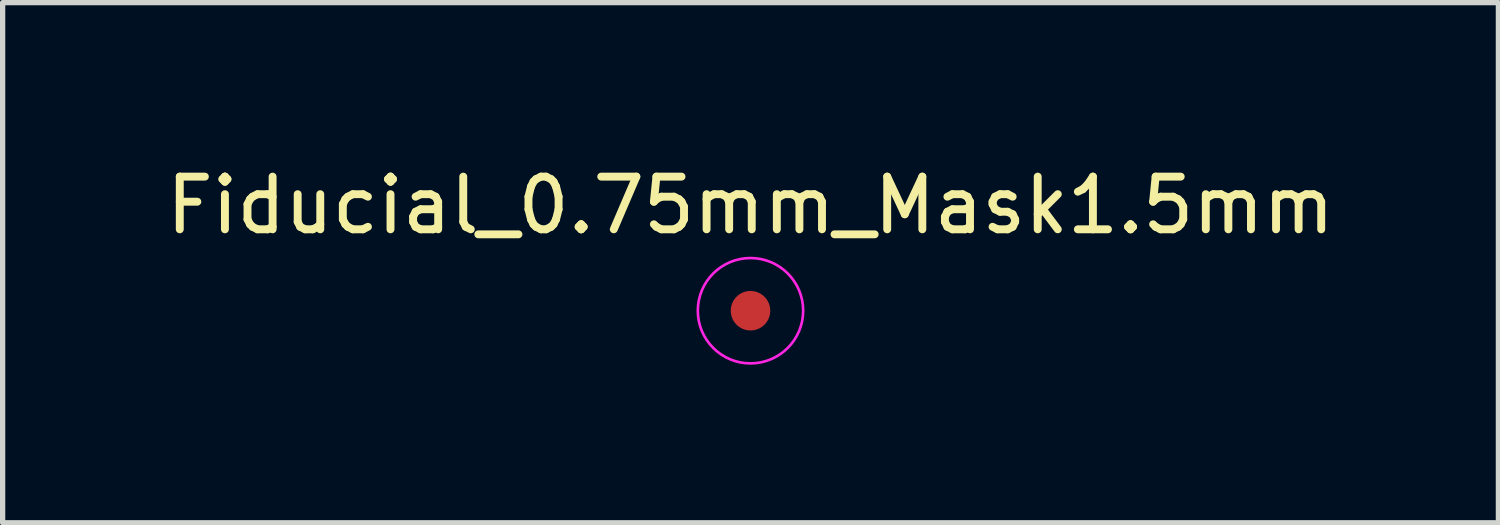
<source format=kicad_pcb>
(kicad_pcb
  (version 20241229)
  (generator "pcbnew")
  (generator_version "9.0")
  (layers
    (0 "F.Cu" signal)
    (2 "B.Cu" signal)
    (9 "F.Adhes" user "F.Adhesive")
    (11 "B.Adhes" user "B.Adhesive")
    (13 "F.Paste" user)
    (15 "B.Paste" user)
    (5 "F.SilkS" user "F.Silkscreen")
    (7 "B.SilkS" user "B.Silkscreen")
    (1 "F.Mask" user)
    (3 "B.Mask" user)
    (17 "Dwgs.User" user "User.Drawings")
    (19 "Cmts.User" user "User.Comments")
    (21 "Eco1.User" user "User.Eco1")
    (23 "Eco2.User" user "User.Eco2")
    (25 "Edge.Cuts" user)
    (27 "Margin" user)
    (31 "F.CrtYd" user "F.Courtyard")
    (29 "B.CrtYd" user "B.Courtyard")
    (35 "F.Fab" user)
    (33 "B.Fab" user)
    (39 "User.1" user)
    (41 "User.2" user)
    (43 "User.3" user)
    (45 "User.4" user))
  (footprint "Fiducial_0.75mm_Mask1.5mm"
    (layer "F.Cu")
    (at 11.196 2.848)
    (property "Reference" "Fiducial_0.75mm_Mask1.5mm" (at 0 -2 0) (layer "F.SilkS") (effects (font (size 1 1) (thickness 0.15))))
    (attr smd exclude_from_bom allow_missing_courtyard)
    (fp_circle (center 0 0) (end 1 0) (stroke (width 0.05) (type solid)) (fill no) (layer "F.CrtYd"))
    (pad "" smd circle (at 0 0) (size 0.75 0.75) (property pad_prop_fiducial_glob) (layers "F.Cu" "F.Mask")))
  (gr_rect
    (start -3 -3)
    (end 25.393 6.873)
    (stroke (width 0.1) (type default))
    (fill no)
    (layer "Edge.Cuts")))
</source>
